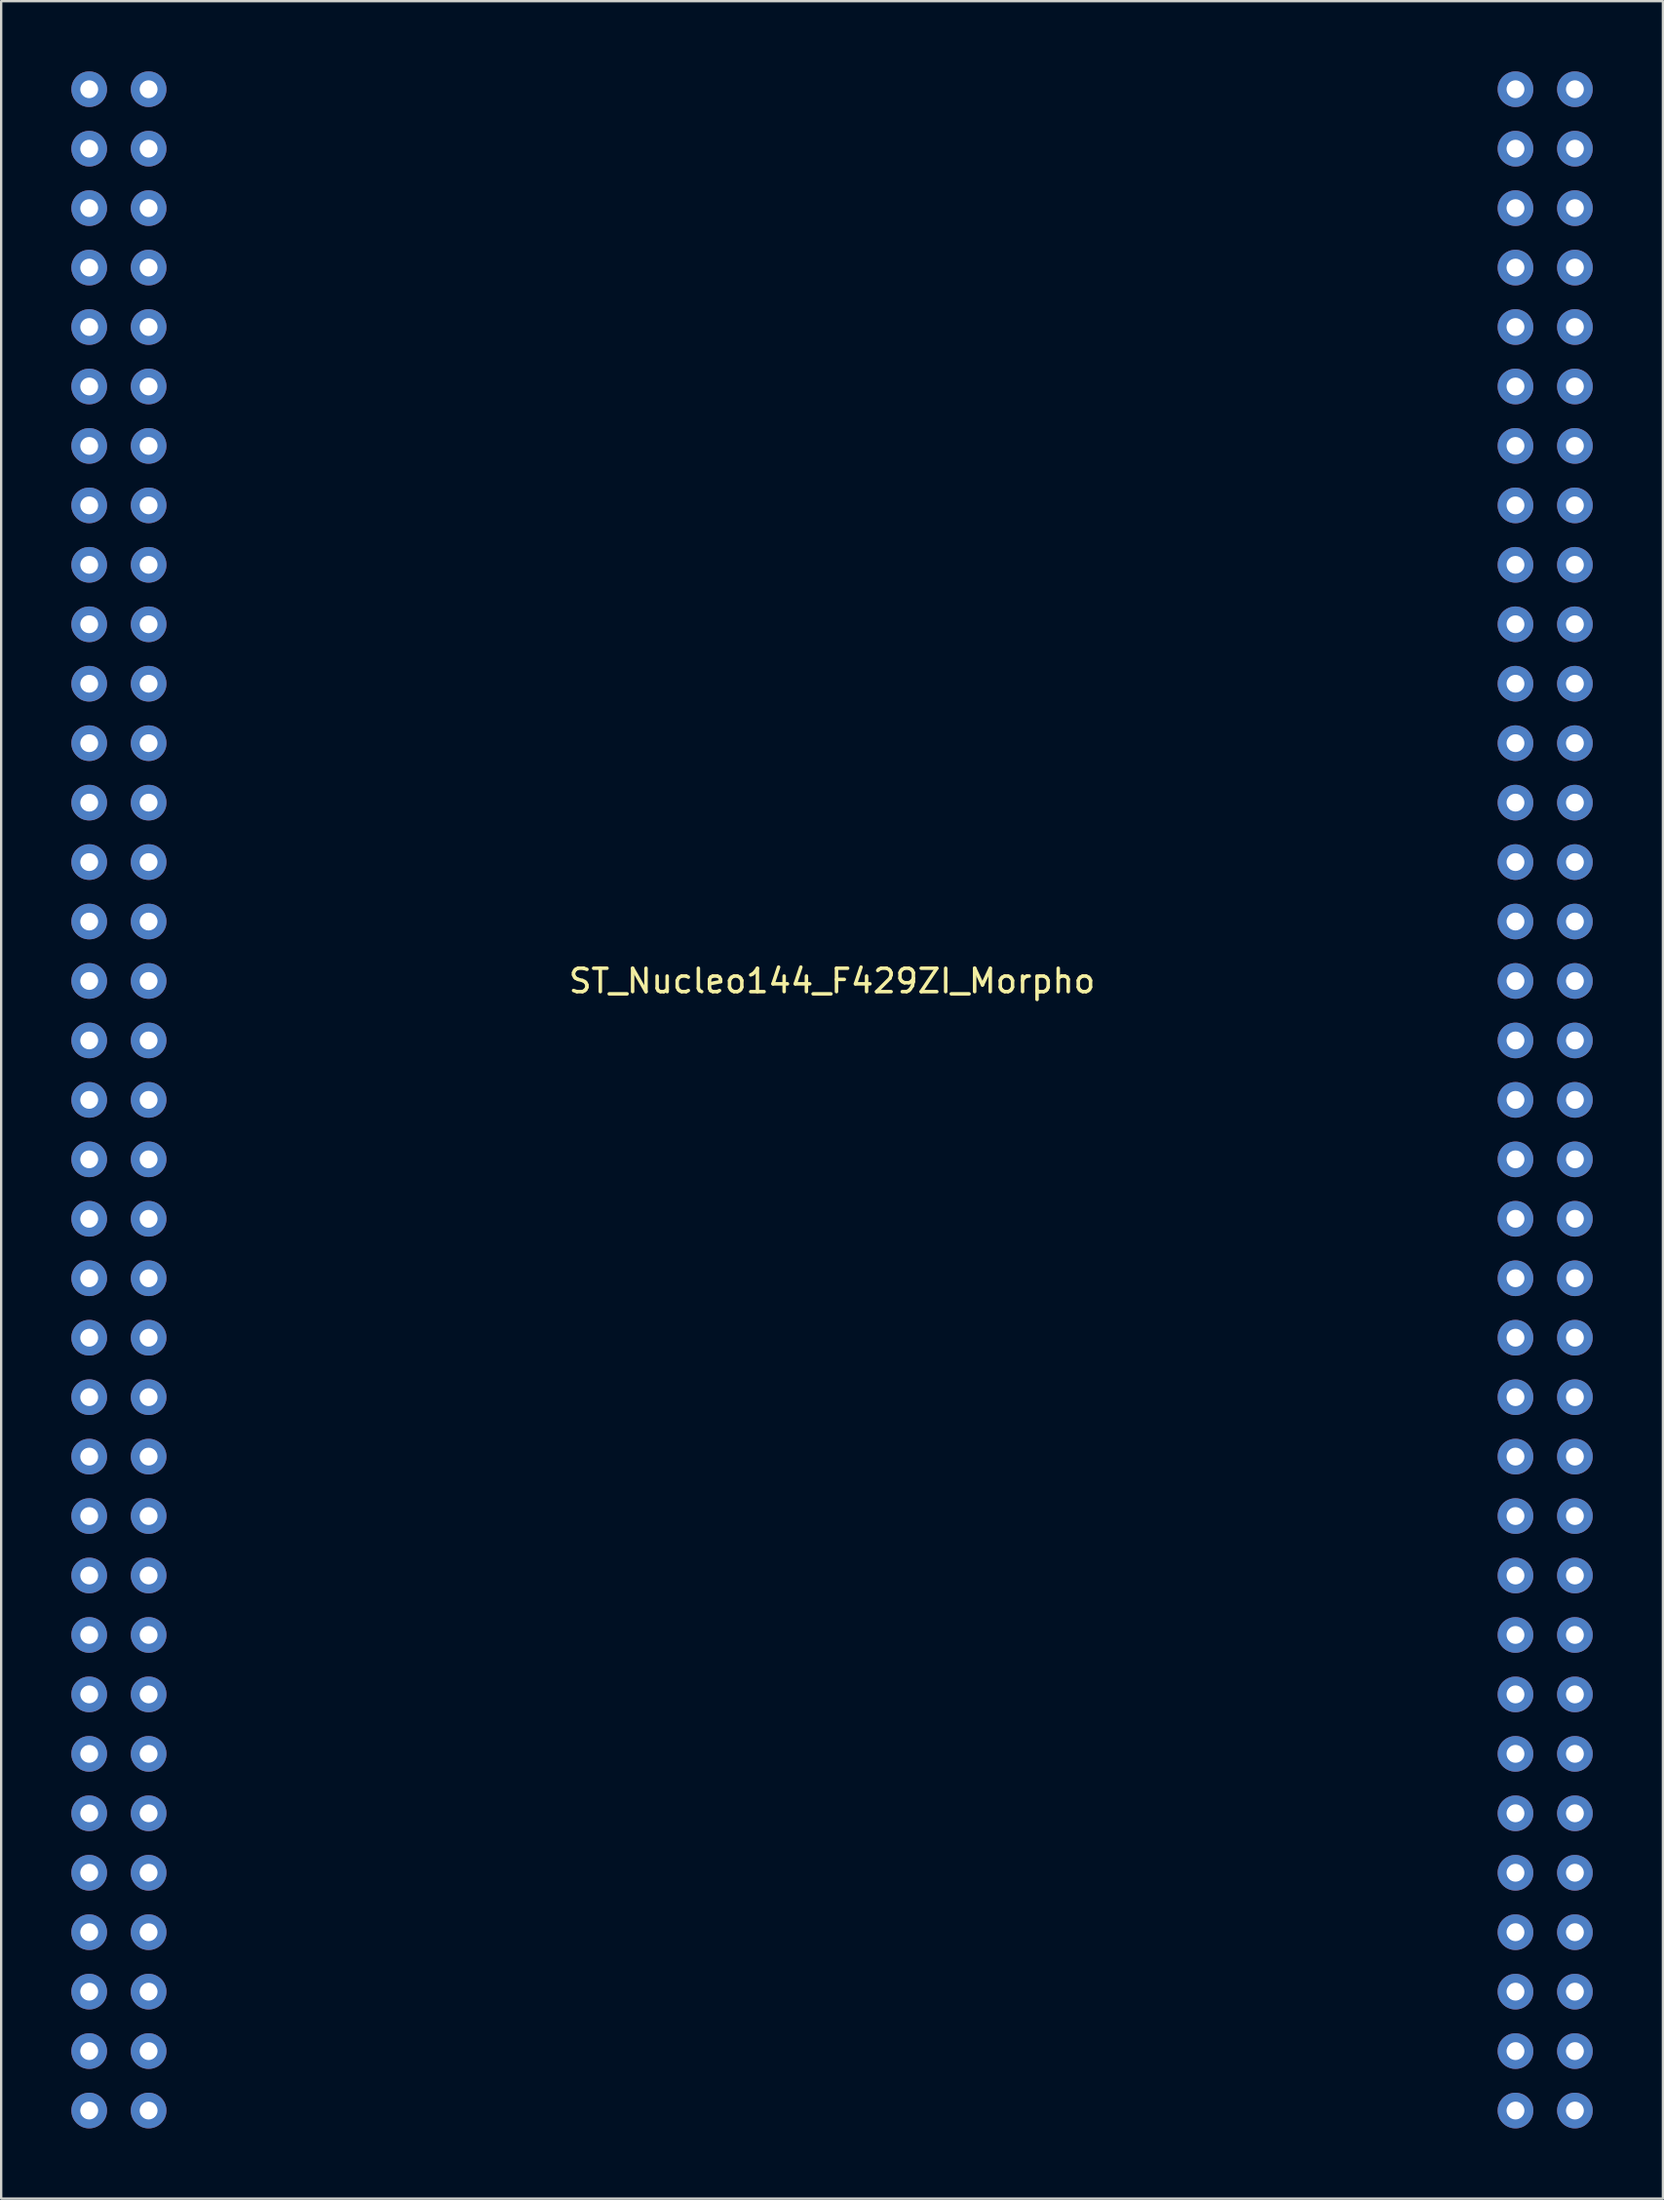
<source format=kicad_pcb>
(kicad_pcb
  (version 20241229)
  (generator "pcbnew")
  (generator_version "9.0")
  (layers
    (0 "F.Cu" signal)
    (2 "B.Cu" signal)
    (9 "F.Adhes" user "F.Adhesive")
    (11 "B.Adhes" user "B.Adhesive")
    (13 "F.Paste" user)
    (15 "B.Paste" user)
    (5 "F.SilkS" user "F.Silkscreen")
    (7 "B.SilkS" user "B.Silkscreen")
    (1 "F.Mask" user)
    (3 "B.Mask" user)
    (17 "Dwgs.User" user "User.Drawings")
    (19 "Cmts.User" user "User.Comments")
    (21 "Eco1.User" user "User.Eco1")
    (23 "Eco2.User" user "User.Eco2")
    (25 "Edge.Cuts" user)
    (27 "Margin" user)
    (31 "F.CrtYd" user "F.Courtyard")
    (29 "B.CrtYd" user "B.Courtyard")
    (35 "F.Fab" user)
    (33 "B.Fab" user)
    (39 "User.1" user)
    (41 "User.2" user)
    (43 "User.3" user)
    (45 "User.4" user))
  (footprint "ST_Nucleo144_F429ZI_Morpho"
    (layer "F.Cu")
    (at 32.512 43.942)
    (property "Reference" "ST_Nucleo144_F429ZI_Morpho" (at 0 -5.08 0) (layer "F.SilkS") (effects (font (size 1 1) (thickness 0.15))))
    (attr through_hole)
    (pad "1A" thru_hole circle (at -31.75 -43.18) (size 1.524 1.524) (drill 0.762) (layers "*.Cu" "*.Mask"))
    (pad "1B" thru_hole circle (at 29.21 -43.18) (size 1.524 1.524) (drill 0.762) (layers "*.Cu" "*.Mask"))
    (pad "2A" thru_hole circle (at -29.21 -43.18) (size 1.524 1.524) (drill 0.762) (layers "*.Cu" "*.Mask"))
    (pad "2B" thru_hole circle (at 31.75 -43.18) (size 1.524 1.524) (drill 0.762) (layers "*.Cu" "*.Mask"))
    (pad "3A" thru_hole circle (at -31.75 -40.64) (size 1.524 1.524) (drill 0.762) (layers "*.Cu" "*.Mask"))
    (pad "3B" thru_hole circle (at 29.21 -40.64) (size 1.524 1.524) (drill 0.762) (layers "*.Cu" "*.Mask"))
    (pad "4A" thru_hole circle (at -29.21 -40.64) (size 1.524 1.524) (drill 0.762) (layers "*.Cu" "*.Mask"))
    (pad "4B" thru_hole circle (at 31.75 -40.64) (size 1.524 1.524) (drill 0.762) (layers "*.Cu" "*.Mask"))
    (pad "5A" thru_hole circle (at -31.75 -38.1) (size 1.524 1.524) (drill 0.762) (layers "*.Cu" "*.Mask"))
    (pad "5B" thru_hole circle (at 29.21 -38.1) (size 1.524 1.524) (drill 0.762) (layers "*.Cu" "*.Mask"))
    (pad "6A" thru_hole circle (at -29.21 -38.1) (size 1.524 1.524) (drill 0.762) (layers "*.Cu" "*.Mask"))
    (pad "6B" thru_hole circle (at 31.75 -38.1) (size 1.524 1.524) (drill 0.762) (layers "*.Cu" "*.Mask"))
    (pad "7A" thru_hole circle (at -31.75 -35.56) (size 1.524 1.524) (drill 0.762) (layers "*.Cu" "*.Mask"))
    (pad "7B" thru_hole circle (at 29.21 -35.56) (size 1.524 1.524) (drill 0.762) (layers "*.Cu" "*.Mask"))
    (pad "8A" thru_hole circle (at -29.21 -35.56) (size 1.524 1.524) (drill 0.762) (layers "*.Cu" "*.Mask"))
    (pad "8B" thru_hole circle (at 31.75 -35.56) (size 1.524 1.524) (drill 0.762) (layers "*.Cu" "*.Mask"))
    (pad "9A" thru_hole circle (at -31.75 -33.02) (size 1.524 1.524) (drill 0.762) (layers "*.Cu" "*.Mask"))
    (pad "9B" thru_hole circle (at 29.21 -33.02) (size 1.524 1.524) (drill 0.762) (layers "*.Cu" "*.Mask"))
    (pad "10A" thru_hole circle (at -29.21 -33.02) (size 1.524 1.524) (drill 0.762) (layers "*.Cu" "*.Mask"))
    (pad "10B" thru_hole circle (at 31.75 -33.02) (size 1.524 1.524) (drill 0.762) (layers "*.Cu" "*.Mask"))
    (pad "11A" thru_hole circle (at -31.75 -30.48) (size 1.524 1.524) (drill 0.762) (layers "*.Cu" "*.Mask"))
    (pad "11B" thru_hole circle (at 29.21 -30.48) (size 1.524 1.524) (drill 0.762) (layers "*.Cu" "*.Mask"))
    (pad "12A" thru_hole circle (at -29.21 -30.48) (size 1.524 1.524) (drill 0.762) (layers "*.Cu" "*.Mask"))
    (pad "12B" thru_hole circle (at 31.75 -30.48) (size 1.524 1.524) (drill 0.762) (layers "*.Cu" "*.Mask"))
    (pad "13A" thru_hole circle (at -31.75 -27.94) (size 1.524 1.524) (drill 0.762) (layers "*.Cu" "*.Mask"))
    (pad "13B" thru_hole circle (at 29.21 -27.94) (size 1.524 1.524) (drill 0.762) (layers "*.Cu" "*.Mask"))
    (pad "14A" thru_hole circle (at -29.21 -27.94) (size 1.524 1.524) (drill 0.762) (layers "*.Cu" "*.Mask"))
    (pad "14B" thru_hole circle (at 31.75 -27.94) (size 1.524 1.524) (drill 0.762) (layers "*.Cu" "*.Mask"))
    (pad "15A" thru_hole circle (at -31.75 -25.4) (size 1.524 1.524) (drill 0.762) (layers "*.Cu" "*.Mask"))
    (pad "15B" thru_hole circle (at 29.21 -25.4) (size 1.524 1.524) (drill 0.762) (layers "*.Cu" "*.Mask"))
    (pad "16A" thru_hole circle (at -29.21 -25.4) (size 1.524 1.524) (drill 0.762) (layers "*.Cu" "*.Mask"))
    (pad "16B" thru_hole circle (at 31.75 -25.4) (size 1.524 1.524) (drill 0.762) (layers "*.Cu" "*.Mask"))
    (pad "17A" thru_hole circle (at -31.75 -22.86) (size 1.524 1.524) (drill 0.762) (layers "*.Cu" "*.Mask"))
    (pad "17B" thru_hole circle (at 29.21 -22.86) (size 1.524 1.524) (drill 0.762) (layers "*.Cu" "*.Mask"))
    (pad "18A" thru_hole circle (at -29.21 -22.86) (size 1.524 1.524) (drill 0.762) (layers "*.Cu" "*.Mask"))
    (pad "18B" thru_hole circle (at 31.75 -22.86) (size 1.524 1.524) (drill 0.762) (layers "*.Cu" "*.Mask"))
    (pad "19A" thru_hole circle (at -31.75 -20.32) (size 1.524 1.524) (drill 0.762) (layers "*.Cu" "*.Mask"))
    (pad "19B" thru_hole circle (at 29.21 -20.32) (size 1.524 1.524) (drill 0.762) (layers "*.Cu" "*.Mask"))
    (pad "20A" thru_hole circle (at -29.21 -20.32) (size 1.524 1.524) (drill 0.762) (layers "*.Cu" "*.Mask"))
    (pad "20B" thru_hole circle (at 31.75 -20.32) (size 1.524 1.524) (drill 0.762) (layers "*.Cu" "*.Mask"))
    (pad "21A" thru_hole circle (at -31.75 -17.78) (size 1.524 1.524) (drill 0.762) (layers "*.Cu" "*.Mask"))
    (pad "21B" thru_hole circle (at 29.21 -17.78) (size 1.524 1.524) (drill 0.762) (layers "*.Cu" "*.Mask"))
    (pad "22A" thru_hole circle (at -29.21 -17.78) (size 1.524 1.524) (drill 0.762) (layers "*.Cu" "*.Mask"))
    (pad "22B" thru_hole circle (at 31.75 -17.78) (size 1.524 1.524) (drill 0.762) (layers "*.Cu" "*.Mask"))
    (pad "23A" thru_hole circle (at -31.75 -15.24) (size 1.524 1.524) (drill 0.762) (layers "*.Cu" "*.Mask"))
    (pad "23B" thru_hole circle (at 29.21 -15.24) (size 1.524 1.524) (drill 0.762) (layers "*.Cu" "*.Mask"))
    (pad "24A" thru_hole circle (at -29.21 -15.24) (size 1.524 1.524) (drill 0.762) (layers "*.Cu" "*.Mask"))
    (pad "24B" thru_hole circle (at 31.75 -15.24) (size 1.524 1.524) (drill 0.762) (layers "*.Cu" "*.Mask"))
    (pad "25A" thru_hole circle (at -31.75 -12.7) (size 1.524 1.524) (drill 0.762) (layers "*.Cu" "*.Mask"))
    (pad "25B" thru_hole circle (at 29.21 -12.7) (size 1.524 1.524) (drill 0.762) (layers "*.Cu" "*.Mask"))
    (pad "26A" thru_hole circle (at -29.21 -12.7) (size 1.524 1.524) (drill 0.762) (layers "*.Cu" "*.Mask"))
    (pad "26B" thru_hole circle (at 31.75 -12.7) (size 1.524 1.524) (drill 0.762) (layers "*.Cu" "*.Mask"))
    (pad "27A" thru_hole circle (at -31.75 -10.16) (size 1.524 1.524) (drill 0.762) (layers "*.Cu" "*.Mask"))
    (pad "27B" thru_hole circle (at 29.21 -10.16) (size 1.524 1.524) (drill 0.762) (layers "*.Cu" "*.Mask"))
    (pad "28A" thru_hole circle (at -29.21 -10.16) (size 1.524 1.524) (drill 0.762) (layers "*.Cu" "*.Mask"))
    (pad "28B" thru_hole circle (at 31.75 -10.16) (size 1.524 1.524) (drill 0.762) (layers "*.Cu" "*.Mask"))
    (pad "29A" thru_hole circle (at -31.75 -7.62) (size 1.524 1.524) (drill 0.762) (layers "*.Cu" "*.Mask"))
    (pad "29B" thru_hole circle (at 29.21 -7.62) (size 1.524 1.524) (drill 0.762) (layers "*.Cu" "*.Mask"))
    (pad "30A" thru_hole circle (at -29.21 -7.62) (size 1.524 1.524) (drill 0.762) (layers "*.Cu" "*.Mask"))
    (pad "30B" thru_hole circle (at 31.75 -7.62) (size 1.524 1.524) (drill 0.762) (layers "*.Cu" "*.Mask"))
    (pad "31A" thru_hole circle (at -31.75 -5.08) (size 1.524 1.524) (drill 0.762) (layers "*.Cu" "*.Mask"))
    (pad "31B" thru_hole circle (at 29.21 -5.08) (size 1.524 1.524) (drill 0.762) (layers "*.Cu" "*.Mask"))
    (pad "32A" thru_hole circle (at -29.21 -5.08) (size 1.524 1.524) (drill 0.762) (layers "*.Cu" "*.Mask"))
    (pad "32B" thru_hole circle (at 31.75 -5.08) (size 1.524 1.524) (drill 0.762) (layers "*.Cu" "*.Mask"))
    (pad "33A" thru_hole circle (at -31.75 -2.54) (size 1.524 1.524) (drill 0.762) (layers "*.Cu" "*.Mask"))
    (pad "33B" thru_hole circle (at 29.21 -2.54) (size 1.524 1.524) (drill 0.762) (layers "*.Cu" "*.Mask"))
    (pad "34A" thru_hole circle (at -29.21 -2.54) (size 1.524 1.524) (drill 0.762) (layers "*.Cu" "*.Mask"))
    (pad "34B" thru_hole circle (at 31.75 -2.54) (size 1.524 1.524) (drill 0.762) (layers "*.Cu" "*.Mask"))
    (pad "35A" thru_hole circle (at -31.75 0) (size 1.524 1.524) (drill 0.762) (layers "*.Cu" "*.Mask"))
    (pad "35B" thru_hole circle (at 29.21 0) (size 1.524 1.524) (drill 0.762) (layers "*.Cu" "*.Mask"))
    (pad "36A" thru_hole circle (at -29.21 0) (size 1.524 1.524) (drill 0.762) (layers "*.Cu" "*.Mask"))
    (pad "36B" thru_hole circle (at 31.75 0) (size 1.524 1.524) (drill 0.762) (layers "*.Cu" "*.Mask"))
    (pad "37A" thru_hole circle (at -31.75 2.54) (size 1.524 1.524) (drill 0.762) (layers "*.Cu" "*.Mask"))
    (pad "37B" thru_hole circle (at 29.21 2.54) (size 1.524 1.524) (drill 0.762) (layers "*.Cu" "*.Mask"))
    (pad "38A" thru_hole circle (at -29.21 2.54) (size 1.524 1.524) (drill 0.762) (layers "*.Cu" "*.Mask"))
    (pad "38B" thru_hole circle (at 31.75 2.54) (size 1.524 1.524) (drill 0.762) (layers "*.Cu" "*.Mask"))
    (pad "39A" thru_hole circle (at -31.75 5.08) (size 1.524 1.524) (drill 0.762) (layers "*.Cu" "*.Mask"))
    (pad "39B" thru_hole circle (at 29.21 5.08) (size 1.524 1.524) (drill 0.762) (layers "*.Cu" "*.Mask"))
    (pad "40A" thru_hole circle (at -29.21 5.08) (size 1.524 1.524) (drill 0.762) (layers "*.Cu" "*.Mask"))
    (pad "40B" thru_hole circle (at 31.75 5.08) (size 1.524 1.524) (drill 0.762) (layers "*.Cu" "*.Mask"))
    (pad "41A" thru_hole circle (at -31.75 7.62) (size 1.524 1.524) (drill 0.762) (layers "*.Cu" "*.Mask"))
    (pad "41B" thru_hole circle (at 29.21 7.62) (size 1.524 1.524) (drill 0.762) (layers "*.Cu" "*.Mask"))
    (pad "42A" thru_hole circle (at -29.21 7.62) (size 1.524 1.524) (drill 0.762) (layers "*.Cu" "*.Mask"))
    (pad "42B" thru_hole circle (at 31.75 7.62) (size 1.524 1.524) (drill 0.762) (layers "*.Cu" "*.Mask"))
    (pad "43A" thru_hole circle (at -31.75 10.16) (size 1.524 1.524) (drill 0.762) (layers "*.Cu" "*.Mask"))
    (pad "43B" thru_hole circle (at 29.21 10.16) (size 1.524 1.524) (drill 0.762) (layers "*.Cu" "*.Mask"))
    (pad "44A" thru_hole circle (at -29.21 10.16) (size 1.524 1.524) (drill 0.762) (layers "*.Cu" "*.Mask"))
    (pad "44B" thru_hole circle (at 31.75 10.16) (size 1.524 1.524) (drill 0.762) (layers "*.Cu" "*.Mask"))
    (pad "45A" thru_hole circle (at -31.75 12.7) (size 1.524 1.524) (drill 0.762) (layers "*.Cu" "*.Mask"))
    (pad "45B" thru_hole circle (at 29.21 12.7) (size 1.524 1.524) (drill 0.762) (layers "*.Cu" "*.Mask"))
    (pad "46A" thru_hole circle (at -29.21 12.7) (size 1.524 1.524) (drill 0.762) (layers "*.Cu" "*.Mask"))
    (pad "46B" thru_hole circle (at 31.75 12.7) (size 1.524 1.524) (drill 0.762) (layers "*.Cu" "*.Mask"))
    (pad "47A" thru_hole circle (at -31.75 15.24) (size 1.524 1.524) (drill 0.762) (layers "*.Cu" "*.Mask"))
    (pad "47B" thru_hole circle (at 29.21 15.24) (size 1.524 1.524) (drill 0.762) (layers "*.Cu" "*.Mask"))
    (pad "48A" thru_hole circle (at -29.21 15.24) (size 1.524 1.524) (drill 0.762) (layers "*.Cu" "*.Mask"))
    (pad "48B" thru_hole circle (at 31.75 15.24) (size 1.524 1.524) (drill 0.762) (layers "*.Cu" "*.Mask"))
    (pad "49A" thru_hole circle (at -31.75 17.78) (size 1.524 1.524) (drill 0.762) (layers "*.Cu" "*.Mask"))
    (pad "49B" thru_hole circle (at 29.21 17.78) (size 1.524 1.524) (drill 0.762) (layers "*.Cu" "*.Mask"))
    (pad "50A" thru_hole circle (at -29.21 17.78) (size 1.524 1.524) (drill 0.762) (layers "*.Cu" "*.Mask"))
    (pad "50B" thru_hole circle (at 31.75 17.78) (size 1.524 1.524) (drill 0.762) (layers "*.Cu" "*.Mask"))
    (pad "51A" thru_hole circle (at -31.75 20.32) (size 1.524 1.524) (drill 0.762) (layers "*.Cu" "*.Mask"))
    (pad "51B" thru_hole circle (at 29.21 20.32) (size 1.524 1.524) (drill 0.762) (layers "*.Cu" "*.Mask"))
    (pad "52A" thru_hole circle (at -29.21 20.32) (size 1.524 1.524) (drill 0.762) (layers "*.Cu" "*.Mask"))
    (pad "52B" thru_hole circle (at 31.75 20.32) (size 1.524 1.524) (drill 0.762) (layers "*.Cu" "*.Mask"))
    (pad "53A" thru_hole circle (at -31.75 22.86) (size 1.524 1.524) (drill 0.762) (layers "*.Cu" "*.Mask"))
    (pad "53B" thru_hole circle (at 29.21 22.86) (size 1.524 1.524) (drill 0.762) (layers "*.Cu" "*.Mask"))
    (pad "54A" thru_hole circle (at -29.21 22.86) (size 1.524 1.524) (drill 0.762) (layers "*.Cu" "*.Mask"))
    (pad "54B" thru_hole circle (at 31.75 22.86) (size 1.524 1.524) (drill 0.762) (layers "*.Cu" "*.Mask"))
    (pad "55A" thru_hole circle (at -31.75 25.4) (size 1.524 1.524) (drill 0.762) (layers "*.Cu" "*.Mask"))
    (pad "55B" thru_hole circle (at 29.21 25.4) (size 1.524 1.524) (drill 0.762) (layers "*.Cu" "*.Mask"))
    (pad "56A" thru_hole circle (at -29.21 25.4) (size 1.524 1.524) (drill 0.762) (layers "*.Cu" "*.Mask"))
    (pad "56B" thru_hole circle (at 31.75 25.4) (size 1.524 1.524) (drill 0.762) (layers "*.Cu" "*.Mask"))
    (pad "57A" thru_hole circle (at -31.75 27.94) (size 1.524 1.524) (drill 0.762) (layers "*.Cu" "*.Mask"))
    (pad "57B" thru_hole circle (at 29.21 27.94) (size 1.524 1.524) (drill 0.762) (layers "*.Cu" "*.Mask"))
    (pad "58A" thru_hole circle (at -29.21 27.94) (size 1.524 1.524) (drill 0.762) (layers "*.Cu" "*.Mask"))
    (pad "58B" thru_hole circle (at 31.75 27.94) (size 1.524 1.524) (drill 0.762) (layers "*.Cu" "*.Mask"))
    (pad "59A" thru_hole circle (at -31.75 30.48) (size 1.524 1.524) (drill 0.762) (layers "*.Cu" "*.Mask"))
    (pad "59B" thru_hole circle (at 29.21 30.48) (size 1.524 1.524) (drill 0.762) (layers "*.Cu" "*.Mask"))
    (pad "60A" thru_hole circle (at -29.21 30.48) (size 1.524 1.524) (drill 0.762) (layers "*.Cu" "*.Mask"))
    (pad "60B" thru_hole circle (at 31.75 30.48) (size 1.524 1.524) (drill 0.762) (layers "*.Cu" "*.Mask"))
    (pad "61A" thru_hole circle (at -31.75 33.02) (size 1.524 1.524) (drill 0.762) (layers "*.Cu" "*.Mask"))
    (pad "61B" thru_hole circle (at 29.21 33.02) (size 1.524 1.524) (drill 0.762) (layers "*.Cu" "*.Mask"))
    (pad "62A" thru_hole circle (at -29.21 33.02) (size 1.524 1.524) (drill 0.762) (layers "*.Cu" "*.Mask"))
    (pad "62B" thru_hole circle (at 31.75 33.02) (size 1.524 1.524) (drill 0.762) (layers "*.Cu" "*.Mask"))
    (pad "63A" thru_hole circle (at -31.75 35.56) (size 1.524 1.524) (drill 0.762) (layers "*.Cu" "*.Mask"))
    (pad "63B" thru_hole circle (at 29.21 35.56) (size 1.524 1.524) (drill 0.762) (layers "*.Cu" "*.Mask"))
    (pad "64A" thru_hole circle (at -29.21 35.56) (size 1.524 1.524) (drill 0.762) (layers "*.Cu" "*.Mask"))
    (pad "64B" thru_hole circle (at 31.75 35.56) (size 1.524 1.524) (drill 0.762) (layers "*.Cu" "*.Mask"))
    (pad "65A" thru_hole circle (at -31.75 38.1) (size 1.524 1.524) (drill 0.762) (layers "*.Cu" "*.Mask"))
    (pad "65B" thru_hole circle (at 29.21 38.1) (size 1.524 1.524) (drill 0.762) (layers "*.Cu" "*.Mask"))
    (pad "66A" thru_hole circle (at -29.21 38.1) (size 1.524 1.524) (drill 0.762) (layers "*.Cu" "*.Mask"))
    (pad "66B" thru_hole circle (at 31.75 38.1) (size 1.524 1.524) (drill 0.762) (layers "*.Cu" "*.Mask"))
    (pad "67A" thru_hole circle (at -31.75 40.64) (size 1.524 1.524) (drill 0.762) (layers "*.Cu" "*.Mask"))
    (pad "67B" thru_hole circle (at 29.21 40.64) (size 1.524 1.524) (drill 0.762) (layers "*.Cu" "*.Mask"))
    (pad "68A" thru_hole circle (at -29.21 40.64) (size 1.524 1.524) (drill 0.762) (layers "*.Cu" "*.Mask"))
    (pad "68B" thru_hole circle (at 31.75 40.64) (size 1.524 1.524) (drill 0.762) (layers "*.Cu" "*.Mask"))
    (pad "69A" thru_hole circle (at -31.75 43.18) (size 1.524 1.524) (drill 0.762) (layers "*.Cu" "*.Mask"))
    (pad "69B" thru_hole circle (at 29.21 43.18) (size 1.524 1.524) (drill 0.762) (layers "*.Cu" "*.Mask"))
    (pad "70A" thru_hole circle (at -29.21 43.18) (size 1.524 1.524) (drill 0.762) (layers "*.Cu" "*.Mask"))
    (pad "70B" thru_hole circle (at 31.75 43.18) (size 1.524 1.524) (drill 0.762) (layers "*.Cu" "*.Mask")))
  (gr_rect
    (start -3 -3)
    (end 68.024 90.884)
    (stroke (width 0.1) (type default))
    (fill no)
    (layer "Edge.Cuts")))
</source>
